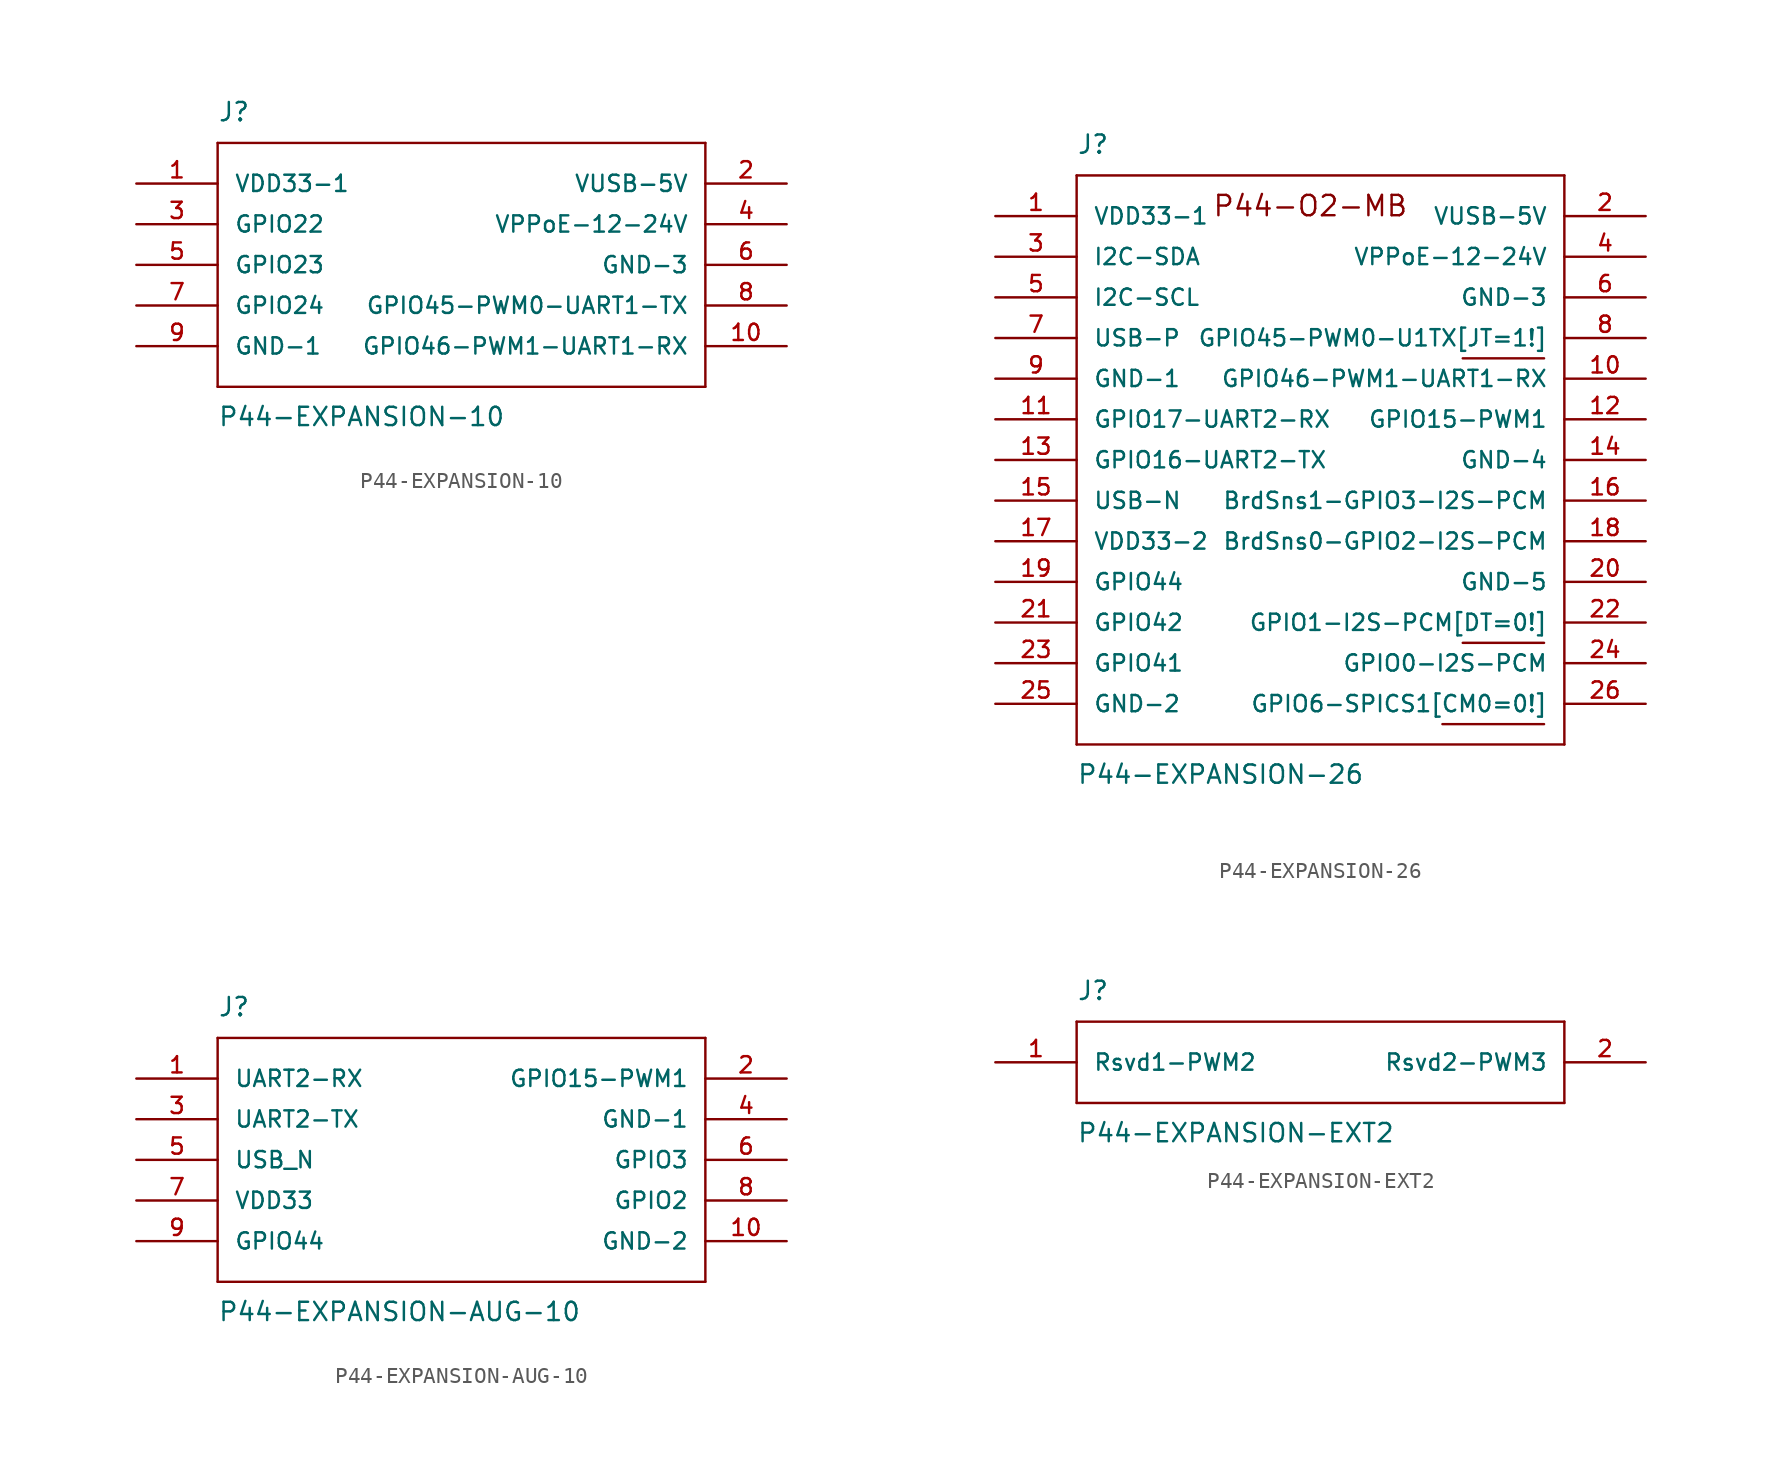
<source format=kicad_sym>
(kicad_symbol_lib
  (version 20220914)
  (generator kicad_symbol_editor)
  (symbol "P44-EXPANSION-10"
    (pin_names
      (offset 1.016))
    (property "Reference" "J"
      (at 0 16.51 0)
      (effects (font (size 1.143 1.143)) (justify left bottom)))
    (property "Value" "P44-EXPANSION-10"
      (at 0 -2.54 0)
      (effects (font (size 1.143 1.143)) (justify left bottom)))
    (symbol "P44-EXPANSION-10_1_0"
      (polyline (pts (xy 0 0) (xy 30.48 0)) (stroke (width 0) (type default)) (fill (type none)))
      (polyline (pts (xy 0 15.24) (xy 0 0)) (stroke (width 0) (type default)) (fill (type none)))
      (polyline (pts (xy 30.48 0) (xy 30.48 15.24)) (stroke (width 0) (type default)) (fill (type none)))
      (polyline (pts (xy 30.48 15.24) (xy 0 15.24)) (stroke (width 0) (type default)) (fill (type none))))
    (symbol "P44-EXPANSION-10_1_1"
      (pin passive line (at -5.08 12.7 0) (length 5.08) (name "VDD33-1" (effects (font (size 1.016 1.016)))) (number "1" (effects (font (size 1.016 1.016)))))
      (pin passive line (at 35.56 2.54 180) (length 5.08) (name "GPIO46-PWM1-UART1-RX" (effects (font (size 1.016 1.016)))) (number "10" (effects (font (size 1.016 1.016)))))
      (pin passive line (at 35.56 12.7 180) (length 5.08) (name "VUSB-5V" (effects (font (size 1.016 1.016)))) (number "2" (effects (font (size 1.016 1.016)))))
      (pin passive line (at -5.08 10.16 0) (length 5.08) (name "GPIO22" (effects (font (size 1.016 1.016)))) (number "3" (effects (font (size 1.016 1.016)))))
      (pin passive line (at 35.56 10.16 180) (length 5.08) (name "VPPoE-12-24V" (effects (font (size 1.016 1.016)))) (number "4" (effects (font (size 1.016 1.016)))))
      (pin passive line (at -5.08 7.62 0) (length 5.08) (name "GPIO23" (effects (font (size 1.016 1.016)))) (number "5" (effects (font (size 1.016 1.016)))))
      (pin passive line (at 35.56 7.62 180) (length 5.08) (name "GND-3" (effects (font (size 1.016 1.016)))) (number "6" (effects (font (size 1.016 1.016)))))
      (pin passive line (at -5.08 5.08 0) (length 5.08) (name "GPIO24" (effects (font (size 1.016 1.016)))) (number "7" (effects (font (size 1.016 1.016)))))
      (pin passive line (at 35.56 5.08 180) (length 5.08) (name "GPIO45-PWM0-UART1-TX" (effects (font (size 1.016 1.016)))) (number "8" (effects (font (size 1.016 1.016)))))
      (pin passive line (at -5.08 2.54 0) (length 5.08) (name "GND-1" (effects (font (size 1.016 1.016)))) (number "9" (effects (font (size 1.016 1.016)))))))
  (symbol "P44-EXPANSION-26"
    (pin_names
      (offset 1.016))
    (property "Reference" "J"
      (at -25.4 26.67 0)
      (effects (font (size 1.143 1.143)) (justify left bottom)))
    (property "Value" "P44-EXPANSION-26"
      (at -25.4 -12.7 0)
      (effects (font (size 1.143 1.143)) (justify left bottom)))
    (symbol "P44-EXPANSION-26_0_1"
      (polyline (pts (xy -2.54 -8.89) (xy 3.81 -8.89)) (stroke (width 0) (type default)) (fill (type none)))
      (polyline (pts (xy -1.27 -3.81) (xy 3.81 -3.81)) (stroke (width 0) (type default)) (fill (type none)))
      (polyline (pts (xy -1.27 13.97) (xy 3.81 13.97)) (stroke (width 0) (type default)) (fill (type none))))
    (symbol "P44-EXPANSION-26_1_0"
      (polyline (pts (xy -25.4 -10.16) (xy 5.08 -10.16)) (stroke (width 0) (type default)) (fill (type none)))
      (polyline (pts (xy -25.4 25.4) (xy -25.4 -10.16)) (stroke (width 0) (type default)) (fill (type none)))
      (polyline (pts (xy 5.08 -10.16) (xy 5.08 25.4)) (stroke (width 0) (type default)) (fill (type none)))
      (polyline (pts (xy 5.08 25.4) (xy -25.4 25.4)) (stroke (width 0) (type default)) (fill (type none))))
    (symbol "P44-EXPANSION-26_1_1"
      (text "P44-O2-MB" (at -10.795 23.495 0) (effects (font (size 1.27 1.27))))
      (pin passive line (at -30.48 22.86 0) (length 5.08) (name "VDD33-1" (effects (font (size 1.016 1.016)))) (number "1" (effects (font (size 1.016 1.016)))))
      (pin passive line (at 10.16 12.7 180) (length 5.08) (name "GPIO46-PWM1-UART1-RX" (effects (font (size 1.016 1.016)))) (number "10" (effects (font (size 1.016 1.016)))))
      (pin passive line (at -30.48 10.16 0) (length 5.08) (name "GPIO17-UART2-RX" (effects (font (size 1.016 1.016)))) (number "11" (effects (font (size 1.016 1.016)))))
      (pin passive line (at 10.16 10.16 180) (length 5.08) (name "GPIO15-PWM1" (effects (font (size 1.016 1.016)))) (number "12" (effects (font (size 1.016 1.016)))))
      (pin passive line (at -30.48 7.62 0) (length 5.08) (name "GPIO16-UART2-TX" (effects (font (size 1.016 1.016)))) (number "13" (effects (font (size 1.016 1.016)))))
      (pin passive line (at 10.16 7.62 180) (length 5.08) (name "GND-4" (effects (font (size 1.016 1.016)))) (number "14" (effects (font (size 1.016 1.016)))))
      (pin passive line (at -30.48 5.08 0) (length 5.08) (name "USB-N" (effects (font (size 1.016 1.016)))) (number "15" (effects (font (size 1.016 1.016)))))
      (pin passive line (at 10.16 5.08 180) (length 5.08) (name "BrdSns1-GPIO3-I2S-PCM" (effects (font (size 1.016 1.016)))) (number "16" (effects (font (size 1.016 1.016)))))
      (pin passive line (at -30.48 2.54 0) (length 5.08) (name "VDD33-2" (effects (font (size 1.016 1.016)))) (number "17" (effects (font (size 1.016 1.016)))))
      (pin passive line (at 10.16 2.54 180) (length 5.08) (name "BrdSns0-GPIO2-I2S-PCM" (effects (font (size 1.016 1.016)))) (number "18" (effects (font (size 1.016 1.016)))))
      (pin passive line (at -30.48 0 0) (length 5.08) (name "GPIO44" (effects (font (size 1.016 1.016)))) (number "19" (effects (font (size 1.016 1.016)))))
      (pin passive line (at 10.16 22.86 180) (length 5.08) (name "VUSB-5V" (effects (font (size 1.016 1.016)))) (number "2" (effects (font (size 1.016 1.016)))))
      (pin passive line (at 10.16 0 180) (length 5.08) (name "GND-5" (effects (font (size 1.016 1.016)))) (number "20" (effects (font (size 1.016 1.016)))))
      (pin passive line (at -30.48 -2.54 0) (length 5.08) (name "GPIO42" (effects (font (size 1.016 1.016)))) (number "21" (effects (font (size 1.016 1.016)))))
      (pin passive line (at 10.16 -2.54 180) (length 5.08) (name "GPIO1-I2S-PCM[DT=0!]" (effects (font (size 1.016 1.016)))) (number "22" (effects (font (size 1.016 1.016)))))
      (pin passive line (at -30.48 -5.08 0) (length 5.08) (name "GPIO41" (effects (font (size 1.016 1.016)))) (number "23" (effects (font (size 1.016 1.016)))))
      (pin passive line (at 10.16 -5.08 180) (length 5.08) (name "GPIO0-I2S-PCM" (effects (font (size 1.016 1.016)))) (number "24" (effects (font (size 1.016 1.016)))))
      (pin passive line (at -30.48 -7.62 0) (length 5.08) (name "GND-2" (effects (font (size 1.016 1.016)))) (number "25" (effects (font (size 1.016 1.016)))))
      (pin passive line (at 10.16 -7.62 180) (length 5.08) (name "GPIO6-SPICS1[CM0=0!]" (effects (font (size 1.016 1.016)))) (number "26" (effects (font (size 1.016 1.016)))))
      (pin passive line (at -30.48 20.32 0) (length 5.08) (name "I2C-SDA" (effects (font (size 1.016 1.016)))) (number "3" (effects (font (size 1.016 1.016)))))
      (pin passive line (at 10.16 20.32 180) (length 5.08) (name "VPPoE-12-24V" (effects (font (size 1.016 1.016)))) (number "4" (effects (font (size 1.016 1.016)))))
      (pin passive line (at -30.48 17.78 0) (length 5.08) (name "I2C-SCL" (effects (font (size 1.016 1.016)))) (number "5" (effects (font (size 1.016 1.016)))))
      (pin passive line (at 10.16 17.78 180) (length 5.08) (name "GND-3" (effects (font (size 1.016 1.016)))) (number "6" (effects (font (size 1.016 1.016)))))
      (pin passive line (at -30.48 15.24 0) (length 5.08) (name "USB-P" (effects (font (size 1.016 1.016)))) (number "7" (effects (font (size 1.016 1.016)))))
      (pin passive line (at 10.16 15.24 180) (length 5.08) (name "GPIO45-PWM0-U1TX[JT=1!]" (effects (font (size 1.016 1.016)))) (number "8" (effects (font (size 1.016 1.016)))))
      (pin passive line (at -30.48 12.7 0) (length 5.08) (name "GND-1" (effects (font (size 1.016 1.016)))) (number "9" (effects (font (size 1.016 1.016)))))))
  (symbol "P44-EXPANSION-AUG-10"
    (pin_names
      (offset 1.016))
    (property "Reference" "J"
      (at 0 16.51 0)
      (effects (font (size 1.143 1.143)) (justify left bottom)))
    (property "Value" "P44-EXPANSION-AUG-10"
      (at 0 -2.54 0)
      (effects (font (size 1.143 1.143)) (justify left bottom)))
    (symbol "P44-EXPANSION-AUG-10_1_0"
      (polyline (pts (xy 0 0) (xy 30.48 0)) (stroke (width 0) (type default)) (fill (type none)))
      (polyline (pts (xy 0 15.24) (xy 0 0)) (stroke (width 0) (type default)) (fill (type none)))
      (polyline (pts (xy 30.48 0) (xy 30.48 15.24)) (stroke (width 0) (type default)) (fill (type none)))
      (polyline (pts (xy 30.48 15.24) (xy 0 15.24)) (stroke (width 0) (type default)) (fill (type none))))
    (symbol "P44-EXPANSION-AUG-10_1_1"
      (pin passive line (at -5.08 12.7 0) (length 5.08) (name "UART2-RX" (effects (font (size 1.016 1.016)))) (number "1" (effects (font (size 1.016 1.016)))))
      (pin passive line (at 35.56 2.54 180) (length 5.08) (name "GND-2" (effects (font (size 1.016 1.016)))) (number "10" (effects (font (size 1.016 1.016)))))
      (pin passive line (at 35.56 12.7 180) (length 5.08) (name "GPIO15-PWM1" (effects (font (size 1.016 1.016)))) (number "2" (effects (font (size 1.016 1.016)))))
      (pin passive line (at -5.08 10.16 0) (length 5.08) (name "UART2-TX" (effects (font (size 1.016 1.016)))) (number "3" (effects (font (size 1.016 1.016)))))
      (pin passive line (at 35.56 10.16 180) (length 5.08) (name "GND-1" (effects (font (size 1.016 1.016)))) (number "4" (effects (font (size 1.016 1.016)))))
      (pin passive line (at -5.08 7.62 0) (length 5.08) (name "USB_N" (effects (font (size 1.016 1.016)))) (number "5" (effects (font (size 1.016 1.016)))))
      (pin passive line (at 35.56 7.62 180) (length 5.08) (name "GPIO3" (effects (font (size 1.016 1.016)))) (number "6" (effects (font (size 1.016 1.016)))))
      (pin passive line (at -5.08 5.08 0) (length 5.08) (name "VDD33" (effects (font (size 1.016 1.016)))) (number "7" (effects (font (size 1.016 1.016)))))
      (pin passive line (at 35.56 5.08 180) (length 5.08) (name "GPIO2" (effects (font (size 1.016 1.016)))) (number "8" (effects (font (size 1.016 1.016)))))
      (pin passive line (at -5.08 2.54 0) (length 5.08) (name "GPIO44" (effects (font (size 1.016 1.016)))) (number "9" (effects (font (size 1.016 1.016)))))))
  (symbol "P44-EXPANSION-EXT2"
    (pin_names
      (offset 1.016))
    (property "Reference" "J"
      (at -15.24 3.81 0)
      (effects (font (size 1.143 1.143)) (justify left bottom)))
    (property "Value" "P44-EXPANSION-EXT2"
      (at -15.24 -5.08 0)
      (effects (font (size 1.143 1.143)) (justify left bottom)))
    (symbol "P44-EXPANSION-EXT2_1_0"
      (polyline (pts (xy -15.24 -2.54) (xy 15.24 -2.54)) (stroke (width 0) (type default)) (fill (type none)))
      (polyline (pts (xy -15.24 2.54) (xy -15.24 -2.54)) (stroke (width 0) (type default)) (fill (type none)))
      (polyline (pts (xy 15.24 -2.54) (xy 15.24 2.54)) (stroke (width 0) (type default)) (fill (type none)))
      (polyline (pts (xy 15.24 2.54) (xy -15.24 2.54)) (stroke (width 0) (type default)) (fill (type none))))
    (symbol "P44-EXPANSION-EXT2_1_1"
      (pin passive line (at -20.32 0 0) (length 5.08) (name "Rsvd1-PWM2" (effects (font (size 1.016 1.016)))) (number "1" (effects (font (size 1.016 1.016)))))
      (pin passive line (at 20.32 0 180) (length 5.08) (name "Rsvd2-PWM3" (effects (font (size 1.016 1.016)))) (number "2" (effects (font (size 1.016 1.016))))))))
</source>
